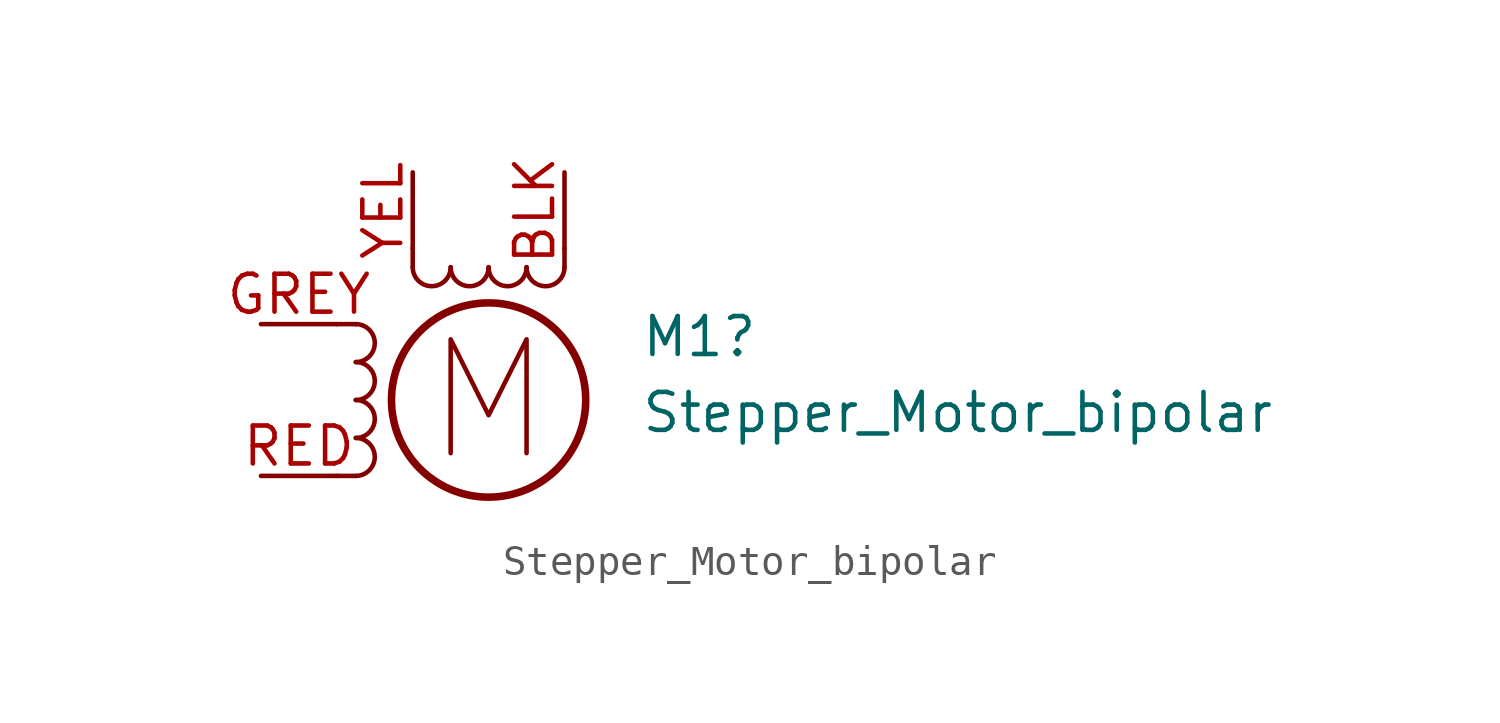
<source format=kicad_sym>
(kicad_symbol_lib
  (version 20211014)
  (generator kicad_symbol_editor)
  (symbol "Stepper_Motor_bipolar"
    (pin_names
      (offset 0) hide)
    (property "Reference" "M1"
      (at 5.08 2.121 0)
      (effects (font (size 1.27 1.27)) (justify left)))
    (property "Value" "Stepper_Motor_bipolar"
      (at 5.08 -0.419 0)
      (effects (font (size 1.27 1.27)) (justify left)))
    (symbol "Stepper_Motor_bipolar_0_0"
      (polyline (pts (xy -1.27 -1.778) (xy -1.27 2.032) (xy 0 -0.508) (xy 1.27 2.032) (xy 1.27 -1.778)) (stroke (width 0) (type default) (color 0 0 0 0)) (fill (type none))))
    (symbol "Stepper_Motor_bipolar_0_1"
      (arc (start -4.445 -2.54) (mid -3.81 -1.905) (end -4.445 -1.27) (stroke (width 0) (type default) (color 0 0 0 0)) (fill (type none)))
      (arc (start -4.445 -1.27) (mid -3.81 -0.635) (end -4.445 0) (stroke (width 0) (type default) (color 0 0 0 0)) (fill (type none)))
      (arc (start -4.445 0) (mid -3.81 0.635) (end -4.445 1.27) (stroke (width 0) (type default) (color 0 0 0 0)) (fill (type none)))
      (arc (start -4.445 1.27) (mid -3.81 1.905) (end -4.445 2.54) (stroke (width 0) (type default) (color 0 0 0 0)) (fill (type none)))
      (arc (start -2.54 4.445) (mid -1.905 3.81) (end -1.27 4.445) (stroke (width 0) (type default) (color 0 0 0 0)) (fill (type none)))
      (arc (start -1.27 4.445) (mid -0.635 3.81) (end 0 4.445) (stroke (width 0) (type default) (color 0 0 0 0)) (fill (type none)))
      (polyline (pts (xy -5.08 -2.54) (xy -4.445 -2.54)) (stroke (width 0) (type default) (color 0 0 0 0)) (fill (type none)))
      (polyline (pts (xy -5.08 2.54) (xy -4.445 2.54)) (stroke (width 0) (type default) (color 0 0 0 0)) (fill (type none)))
      (polyline (pts (xy -2.54 5.08) (xy -2.54 4.445)) (stroke (width 0) (type default) (color 0 0 0 0)) (fill (type none)))
      (polyline (pts (xy 2.54 5.08) (xy 2.54 4.445)) (stroke (width 0) (type default) (color 0 0 0 0)) (fill (type none)))
      (circle (center 0 0) (radius 3.251) (stroke (width 0.254) (type default) (color 0 0 0 0)) (fill (type none)))
      (arc (start 0 4.445) (mid 0.635 3.81) (end 1.27 4.445) (stroke (width 0) (type default) (color 0 0 0 0)) (fill (type none)))
      (arc (start 1.27 4.445) (mid 1.905 3.81) (end 2.54 4.445) (stroke (width 0) (type default) (color 0 0 0 0)) (fill (type none))))
    (symbol "Stepper_Motor_bipolar_1_1"
      (pin passive line (at 2.54 7.62 270) (length 2.54) (name "-" (effects (font (size 1.27 1.27)))) (number "BLK" (effects (font (size 1.27 1.27)))))
      (pin passive line (at -7.62 2.54 0) (length 2.54) (name "~" (effects (font (size 1.27 1.27)))) (number "GREY" (effects (font (size 1.27 1.27)))))
      (pin passive line (at -7.62 -2.54 0) (length 2.54) (name "~" (effects (font (size 1.27 1.27)))) (number "RED" (effects (font (size 1.27 1.27)))))
      (pin passive line (at -2.54 7.62 270) (length 2.54) (name "~" (effects (font (size 1.27 1.27)))) (number "YEL" (effects (font (size 1.27 1.27))))))))
</source>
